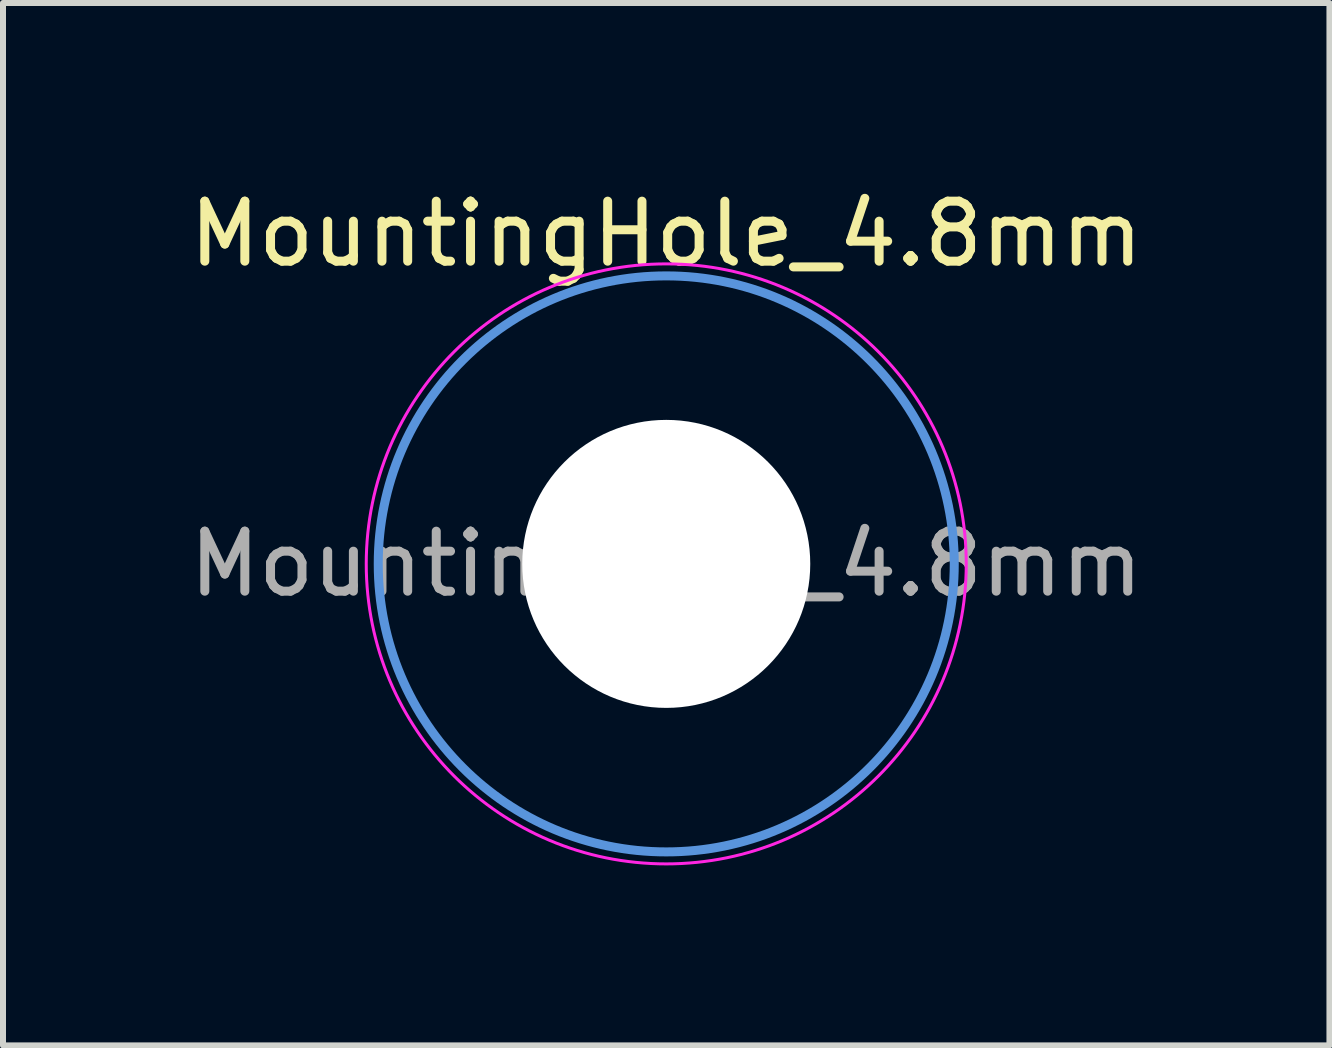
<source format=kicad_pcb>
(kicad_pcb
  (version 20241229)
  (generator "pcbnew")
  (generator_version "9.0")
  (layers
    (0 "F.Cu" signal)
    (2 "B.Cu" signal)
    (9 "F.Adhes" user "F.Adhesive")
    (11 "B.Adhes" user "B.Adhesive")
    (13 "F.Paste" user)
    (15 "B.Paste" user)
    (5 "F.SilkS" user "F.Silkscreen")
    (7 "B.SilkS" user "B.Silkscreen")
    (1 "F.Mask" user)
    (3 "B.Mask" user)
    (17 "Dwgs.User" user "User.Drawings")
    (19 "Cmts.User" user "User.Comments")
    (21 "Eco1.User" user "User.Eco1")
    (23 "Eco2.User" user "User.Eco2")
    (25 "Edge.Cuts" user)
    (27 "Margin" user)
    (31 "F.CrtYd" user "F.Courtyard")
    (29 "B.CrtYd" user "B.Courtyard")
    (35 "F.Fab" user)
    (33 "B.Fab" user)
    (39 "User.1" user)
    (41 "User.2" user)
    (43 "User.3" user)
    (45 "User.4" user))
  (footprint "MountingHole_4.8mm"
    (layer "F.Cu")
    (at 8.054 6.348)
    (property "Reference" "MountingHole_4.8mm" (at 0 -5.5 0) (layer "F.SilkS") (effects (font (size 1 1) (thickness 0.15))))
    (attr exclude_from_pos_files exclude_from_bom)
    (fp_circle (center 0 0) (end 4.8 0) (stroke (width 0.15) (type solid)) (fill no) (layer "Cmts.User"))
    (fp_circle (center 0 0) (end 5 0) (stroke (width 0.05) (type solid)) (fill no) (layer "F.CrtYd"))
    (fp_text user "${REFERENCE}" (at 0 0 0) (layer "F.Fab") (effects (font (size 1 1) (thickness 0.15))))
    (pad "" np_thru_hole circle (at 0 0) (size 4.8 4.8) (drill 4.8) (layers "*.Cu" "*.Mask")))
  (gr_rect
    (start -3 -3)
    (end 19.107 14.373)
    (stroke (width 0.1) (type default))
    (fill no)
    (layer "Edge.Cuts")))
</source>
